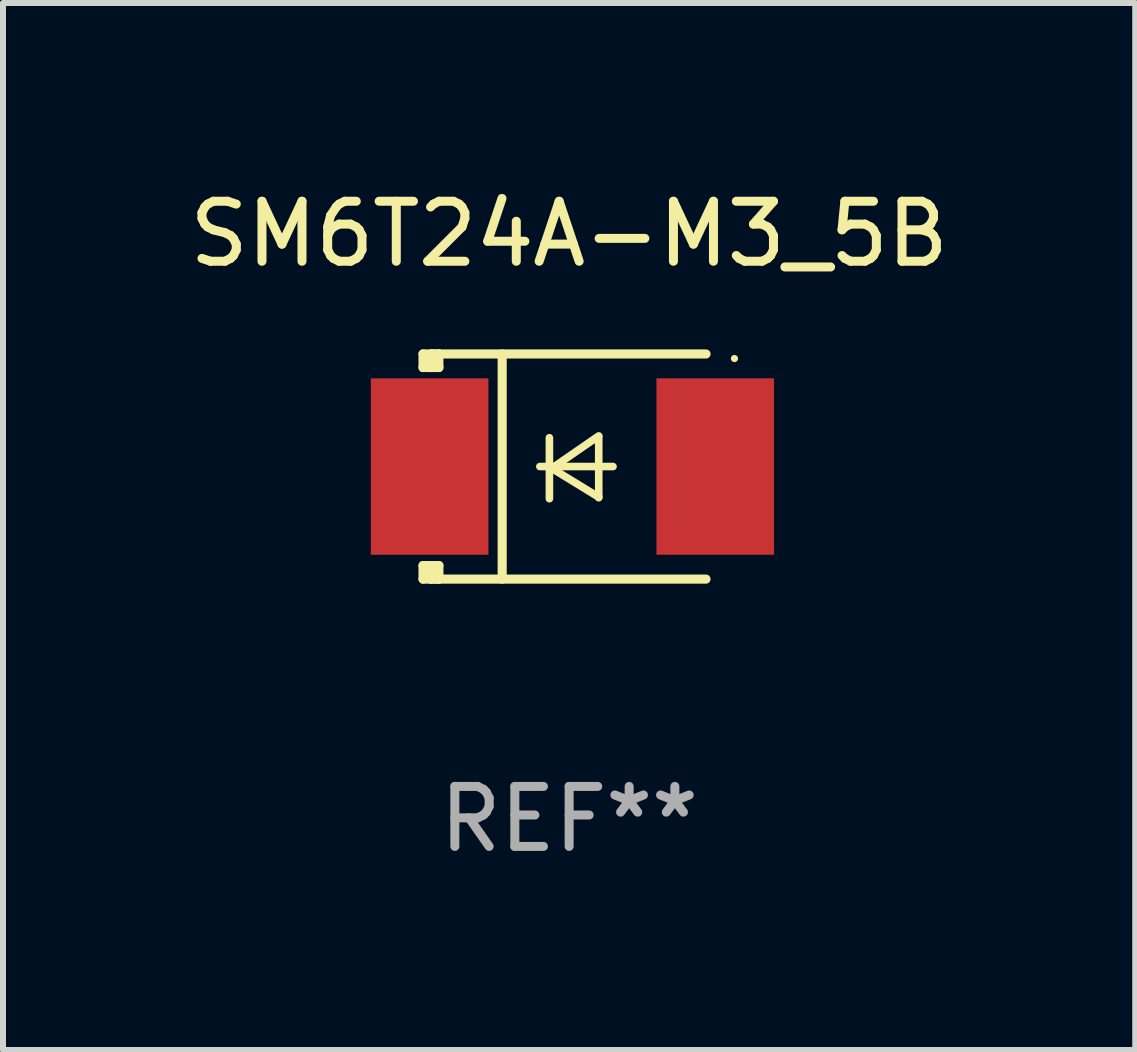
<source format=kicad_pcb>
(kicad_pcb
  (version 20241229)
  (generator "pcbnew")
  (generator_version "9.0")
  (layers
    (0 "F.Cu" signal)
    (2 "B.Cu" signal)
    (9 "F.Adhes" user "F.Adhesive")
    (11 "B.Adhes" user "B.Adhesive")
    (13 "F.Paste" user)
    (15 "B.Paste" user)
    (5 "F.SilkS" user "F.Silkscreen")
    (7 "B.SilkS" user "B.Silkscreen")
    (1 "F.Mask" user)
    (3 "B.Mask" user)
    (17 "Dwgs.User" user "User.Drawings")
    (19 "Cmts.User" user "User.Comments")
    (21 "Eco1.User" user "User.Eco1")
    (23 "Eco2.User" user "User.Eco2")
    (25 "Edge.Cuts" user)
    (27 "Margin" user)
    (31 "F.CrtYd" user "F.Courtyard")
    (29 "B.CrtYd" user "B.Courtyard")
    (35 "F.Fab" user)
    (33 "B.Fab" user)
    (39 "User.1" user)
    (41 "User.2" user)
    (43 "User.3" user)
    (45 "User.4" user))
  (footprint "SM6T24A-M3_5B"
    (layer "F.Cu")
    (at 6.435 4.725)
    (property "Reference" "SM6T24A-M3_5B" (at 0 -3.876 0) (layer "F.SilkS") (effects (font (size 1 1) (thickness 0.15))))
    (attr through_hole)
    (fp_line (start -2.435 1.65) (end -2.171 1.65) (stroke (width 0.152) (type solid)) (layer "F.SilkS"))
    (fp_line (start -2.435 1.876) (end -2.435 1.65) (stroke (width 0.152) (type solid)) (layer "F.SilkS"))
    (fp_line (start -2.435 -1.876) (end -2.171 -1.876) (stroke (width 0.152) (type solid)) (layer "F.SilkS"))
    (fp_line (start -2.435 -1.65) (end -2.435 -1.876) (stroke (width 0.152) (type solid)) (layer "F.SilkS"))
    (fp_line (start -2.305 -1.866) (end -2.295 -1.876) (stroke (width 0.152) (type solid)) (layer "F.SilkS"))
    (fp_line (start -2.305 -1.65) (end -2.305 -1.866) (stroke (width 0.152) (type solid)) (layer "F.SilkS"))
    (fp_line (start -2.305 1.876) (end -2.305 1.65) (stroke (width 0.152) (type solid)) (layer "F.SilkS"))
    (fp_line (start -2.295 -1.876) (end -2.295 -1.65) (stroke (width 0.152) (type solid)) (layer "F.SilkS"))
    (fp_line (start -2.171 1.876) (end -2.435 1.876) (stroke (width 0.152) (type solid)) (layer "F.SilkS"))
    (fp_line (start -2.171 -1.65) (end -2.435 -1.65) (stroke (width 0.152) (type solid)) (layer "F.SilkS"))
    (fp_line (start -2.171 -1.876) (end -2.295 -1.876) (stroke (width 0.152) (type solid)) (layer "F.SilkS"))
    (fp_line (start -2.171 -1.65) (end -2.171 -1.876) (stroke (width 0.152) (type solid)) (layer "F.SilkS"))
    (fp_line (start -2.171 1.876) (end -2.305 1.876) (stroke (width 0.152) (type solid)) (layer "F.SilkS"))
    (fp_line (start -2.171 1.876) (end -2.171 1.65) (stroke (width 0.152) (type solid)) (layer "F.SilkS"))
    (fp_line (start -1.116 1.876) (end -1.116 -1.876) (stroke (width 0.152) (type solid)) (layer "F.SilkS"))
    (fp_line (start -0.488 0.000102) (end 0.731 0.000102) (stroke (width 0.127) (type solid)) (layer "F.SilkS"))
    (fp_line (start -0.329 -0.48) (end -0.329 0.536) (stroke (width 0.127) (type solid)) (layer "F.SilkS"))
    (fp_line (start -0.29 0.03) (end 0.493 0.51) (stroke (width 0.127) (type solid)) (layer "F.SilkS"))
    (fp_line (start 0.493 -0.51) (end -0.29 0.03) (stroke (width 0.127) (type solid)) (layer "F.SilkS"))
    (fp_line (start 0.493 0.52) (end 0.493 -0.496) (stroke (width 0.127) (type solid)) (layer "F.SilkS"))
    (fp_line (start 2.281 -1.876) (end -2.171 -1.876) (stroke (width 0.152) (type solid)) (layer "F.SilkS"))
    (fp_line (start 2.281 1.876) (end -2.171 1.876) (stroke (width 0.152) (type solid)) (layer "F.SilkS"))
    (fp_circle (center 2.755 -1.8) (end 2.785 -1.8) (stroke (width 0.06) (type solid)) (fill no) (layer "F.SilkS"))
    (fp_text user "REF**" (at 0 5.876 0) (layer "F.Fab") (effects (font (size 1 1) (thickness 0.15))))
    (pad "1" smd rect (at 2.435 -0.000025 180) (size 1.96 2.94) (layers "F.Cu" "F.Mask" "F.Paste"))
    (pad "2" smd rect (at -2.325 -0.000025 180) (size 1.96 2.94) (layers "F.Cu" "F.Mask" "F.Paste")))
  (gr_rect
    (start -3 -3)
    (end 15.869 14.449)
    (stroke (width 0.1) (type default))
    (fill no)
    (layer "Edge.Cuts")))
</source>
